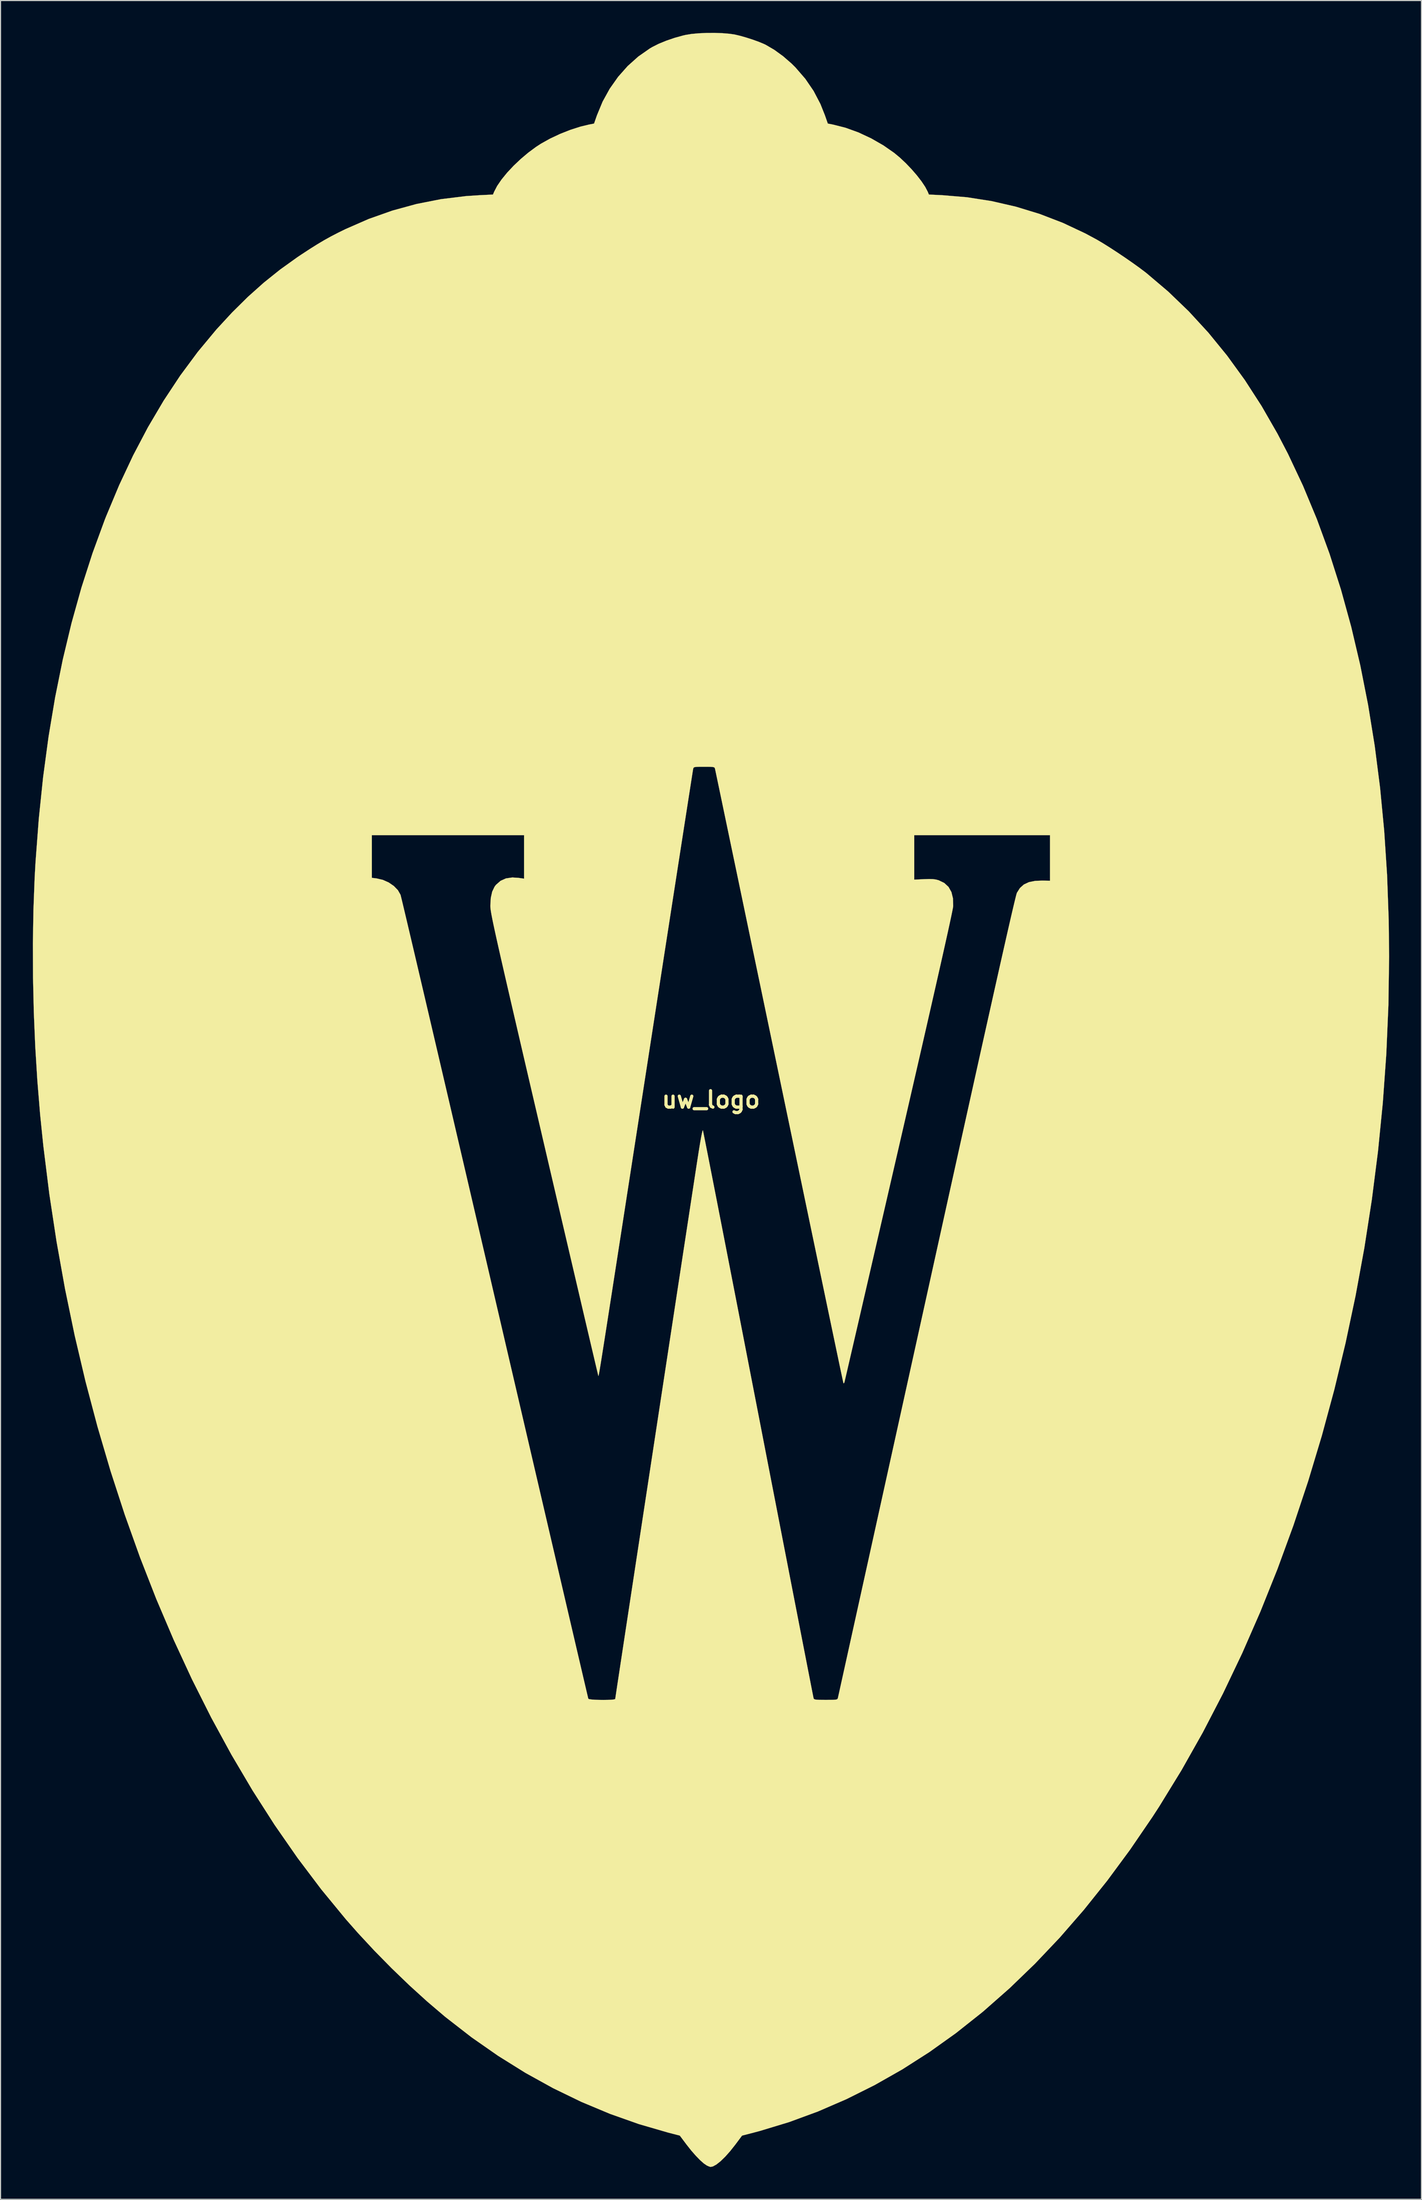
<source format=kicad_pcb>
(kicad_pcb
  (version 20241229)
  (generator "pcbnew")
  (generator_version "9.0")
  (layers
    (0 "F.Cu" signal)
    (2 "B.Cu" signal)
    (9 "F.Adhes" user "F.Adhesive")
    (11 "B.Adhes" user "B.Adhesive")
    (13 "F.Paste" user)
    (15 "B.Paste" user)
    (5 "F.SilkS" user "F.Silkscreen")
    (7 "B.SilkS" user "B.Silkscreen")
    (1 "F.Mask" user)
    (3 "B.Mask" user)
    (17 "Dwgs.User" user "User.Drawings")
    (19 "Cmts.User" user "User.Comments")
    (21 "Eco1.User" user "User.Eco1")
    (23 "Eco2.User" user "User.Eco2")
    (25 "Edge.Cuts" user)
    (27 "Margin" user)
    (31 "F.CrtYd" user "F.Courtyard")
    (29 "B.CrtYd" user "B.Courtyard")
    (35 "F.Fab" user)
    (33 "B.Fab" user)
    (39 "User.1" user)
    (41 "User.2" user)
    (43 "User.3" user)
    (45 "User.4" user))
  (footprint "uw_logo"
    (layer "F.Cu")
    (at 62.984 99.023)
    (property "Reference" "uw_logo" (at 0 0 0) (layer "F.SilkS") (effects (font (size 1.524 1.524) (thickness 0.3))))
    (attr through_hole)
    (fp_poly (pts (xy 1.074 -98.993) (xy 1.736 -98.938) (xy 2.222 -98.865) (xy 2.724 -98.746) (xy 3.297 -98.582) (xy 3.889 -98.391) (xy 4.446 -98.19) (xy 4.914 -97.996) (xy 5.083 -97.916) (xy 5.886 -97.446) (xy 6.703 -96.854) (xy 7.486 -96.174) (xy 7.844 -95.82) (xy 8.766 -94.756) (xy 9.536 -93.63) (xy 10.168 -92.423) (xy 10.586 -91.375) (xy 10.856 -90.602) (xy 11.333 -90.51) (xy 12.497 -90.216) (xy 13.691 -89.785) (xy 14.878 -89.232) (xy 16.021 -88.576) (xy 17.016 -87.884) (xy 17.553 -87.439) (xy 18.101 -86.924) (xy 18.634 -86.367) (xy 19.128 -85.796) (xy 19.559 -85.239) (xy 19.903 -84.724) (xy 20.135 -84.281) (xy 20.14 -84.269) (xy 20.245 -84.015) (xy 21.475 -83.956) (xy 23.782 -83.764) (xy 26.069 -83.407) (xy 28.325 -82.889) (xy 30.536 -82.214) (xy 32.691 -81.385) (xy 34.776 -80.405) (xy 35.842 -79.831) (xy 36.388 -79.509) (xy 37.029 -79.108) (xy 37.727 -78.654) (xy 38.444 -78.173) (xy 39.142 -77.689) (xy 39.784 -77.229) (xy 40.331 -76.818) (xy 40.467 -76.711) (xy 42.469 -75.014) (xy 44.382 -73.175) (xy 46.206 -71.192) (xy 47.941 -69.067) (xy 49.588 -66.798) (xy 51.147 -64.385) (xy 52.618 -61.827) (xy 53.595 -59.953) (xy 54.993 -56.985) (xy 56.28 -53.892) (xy 57.457 -50.675) (xy 58.522 -47.338) (xy 59.474 -43.884) (xy 60.314 -40.315) (xy 61.041 -36.635) (xy 61.654 -32.846) (xy 62.152 -28.952) (xy 62.535 -24.955) (xy 62.803 -20.858) (xy 62.954 -16.664) (xy 62.991 -13.293) (xy 62.926 -8.769) (xy 62.731 -4.241) (xy 62.407 0.284) (xy 61.958 4.797) (xy 61.385 9.291) (xy 60.691 13.757) (xy 59.878 18.188) (xy 58.948 22.574) (xy 57.903 26.908) (xy 56.745 31.182) (xy 55.478 35.388) (xy 54.103 39.518) (xy 52.622 43.563) (xy 51.037 47.515) (xy 49.351 51.366) (xy 47.566 55.109) (xy 45.685 58.734) (xy 43.709 62.235) (xy 41.641 65.602) (xy 40.999 66.59) (xy 38.928 69.62) (xy 36.808 72.491) (xy 34.633 75.207) (xy 32.401 77.772) (xy 30.108 80.189) (xy 27.752 82.462) (xy 25.329 84.595) (xy 25.146 84.747) (xy 22.752 86.644) (xy 20.293 88.398) (xy 17.776 90.006) (xy 15.207 91.463) (xy 12.593 92.767) (xy 9.941 93.914) (xy 7.257 94.9) (xy 4.549 95.721) (xy 3.978 95.873) (xy 2.89 96.154) (xy 2.262 96.993) (xy 1.785 97.596) (xy 1.325 98.112) (xy 0.896 98.528) (xy 0.511 98.833) (xy 0.185 99.013) (xy -0.027 99.059) (xy -0.167 99.023) (xy -0.369 98.934) (xy -0.381 98.928) (xy -0.661 98.738) (xy -1.01 98.429) (xy -1.403 98.024) (xy -1.82 97.549) (xy -2.235 97.025) (xy -2.26 96.993) (xy -2.89 96.154) (xy -3.978 95.873) (xy -6.689 95.086) (xy -9.377 94.135) (xy -12.035 93.023) (xy -14.656 91.753) (xy -17.233 90.329) (xy -19.759 88.754) (xy -22.228 87.034) (xy -24.631 85.17) (xy -24.765 85.06) (xy -26.371 83.692) (xy -28.011 82.203) (xy -29.65 80.626) (xy -31.256 78.994) (xy -32.794 77.34) (xy -33.911 76.073) (xy -36.193 73.299) (xy -38.398 70.378) (xy -40.526 67.317) (xy -42.573 64.122) (xy -44.537 60.799) (xy -46.415 57.354) (xy -48.206 53.794) (xy -49.907 50.124) (xy -51.516 46.351) (xy -53.029 42.481) (xy -54.446 38.519) (xy -55.764 34.473) (xy -56.979 30.348) (xy -58.091 26.151) (xy -59.097 21.887) (xy -59.993 17.563) (xy -60.779 13.184) (xy -61.452 8.758) (xy -62.008 4.289) (xy -62.308 1.355) (xy -62.563 -1.75) (xy -62.759 -4.924) (xy -62.894 -8.134) (xy -62.967 -11.343) (xy -62.979 -14.518) (xy -62.928 -17.623) (xy -62.814 -20.623) (xy -62.734 -22.056) (xy -62.545 -24.553) (xy -31.496 -24.553) (xy -31.496 -20.594) (xy -31.042 -20.537) (xy -30.47 -20.403) (xy -29.929 -20.161) (xy -29.453 -19.835) (xy -29.077 -19.448) (xy -28.834 -19.024) (xy -28.832 -19.019) (xy -28.805 -18.914) (xy -28.74 -18.65) (xy -28.639 -18.23) (xy -28.504 -17.662) (xy -28.335 -16.95) (xy -28.134 -16.099) (xy -27.902 -15.116) (xy -27.64 -14.004) (xy -27.35 -12.769) (xy -27.033 -11.417) (xy -26.689 -9.952) (xy -26.321 -8.381) (xy -25.929 -6.708) (xy -25.515 -4.938) (xy -25.08 -3.078) (xy -24.625 -1.132) (xy -24.151 0.895) (xy -23.661 2.998) (xy -23.153 5.17) (xy -22.631 7.407) (xy -22.096 9.704) (xy -21.548 12.054) (xy -20.988 14.454) (xy -20.419 16.897) (xy -20.066 18.415) (xy -19.491 20.88) (xy -18.927 23.304) (xy -18.373 25.681) (xy -17.831 28.006) (xy -17.303 30.274) (xy -16.789 32.48) (xy -16.291 34.618) (xy -15.809 36.684) (xy -15.346 38.671) (xy -14.902 40.575) (xy -14.478 42.391) (xy -14.077 44.113) (xy -13.698 45.736) (xy -13.344 47.255) (xy -13.015 48.665) (xy -12.712 49.96) (xy -12.438 51.135) (xy -12.192 52.185) (xy -11.977 53.105) (xy -11.794 53.889) (xy -11.643 54.533) (xy -11.526 55.031) (xy -11.444 55.377) (xy -11.399 55.568) (xy -11.39 55.605) (xy -11.297 55.644) (xy -11.074 55.676) (xy -10.758 55.698) (xy -10.384 55.712) (xy -9.987 55.716) (xy -9.605 55.711) (xy -9.272 55.697) (xy -9.025 55.672) (xy -8.899 55.637) (xy -8.89 55.624) (xy -8.877 55.535) (xy -8.84 55.288) (xy -8.78 54.887) (xy -8.698 54.343) (xy -8.594 53.661) (xy -8.471 52.85) (xy -8.329 51.917) (xy -8.17 50.87) (xy -7.995 49.716) (xy -7.804 48.463) (xy -7.599 47.119) (xy -7.382 45.691) (xy -7.152 44.186) (xy -6.913 42.613) (xy -6.663 40.979) (xy -6.406 39.292) (xy -6.142 37.558) (xy -5.871 35.786) (xy -5.596 33.984) (xy -5.318 32.159) (xy -5.037 30.318) (xy -4.755 28.469) (xy -4.472 26.62) (xy -4.191 24.778) (xy -3.912 22.951) (xy -3.636 21.146) (xy -3.365 19.372) (xy -3.1 17.635) (xy -2.841 15.944) (xy -2.591 14.305) (xy -2.349 12.727) (xy -2.118 11.217) (xy -1.899 9.783) (xy -1.692 8.431) (xy -1.499 7.171) (xy -1.321 6.009) (xy -1.251 5.557) (xy -1.127 4.76) (xy -1.017 4.09) (xy -0.923 3.556) (xy -0.847 3.165) (xy -0.789 2.924) (xy -0.753 2.841) (xy -0.746 2.847) (xy -0.725 2.942) (xy -0.673 3.197) (xy -0.591 3.605) (xy -0.481 4.161) (xy -0.343 4.857) (xy -0.179 5.688) (xy 0.009 6.648) (xy 0.221 7.729) (xy 0.456 8.927) (xy 0.711 10.233) (xy 0.987 11.643) (xy 1.281 13.149) (xy 1.592 14.746) (xy 1.92 16.427) (xy 2.263 18.186) (xy 2.619 20.016) (xy 2.988 21.911) (xy 3.367 23.865) (xy 3.757 25.872) (xy 4.156 27.925) (xy 4.406 29.21) (xy 4.809 31.288) (xy 5.204 33.324) (xy 5.59 35.311) (xy 5.966 37.243) (xy 6.329 39.113) (xy 6.679 40.917) (xy 7.016 42.646) (xy 7.336 44.295) (xy 7.64 45.857) (xy 7.926 47.326) (xy 8.193 48.697) (xy 8.439 49.961) (xy 8.664 51.114) (xy 8.866 52.149) (xy 9.043 53.06) (xy 9.196 53.839) (xy 9.321 54.482) (xy 9.419 54.981) (xy 9.488 55.33) (xy 9.527 55.524) (xy 9.535 55.562) (xy 9.57 55.624) (xy 9.652 55.666) (xy 9.808 55.692) (xy 10.065 55.705) (xy 10.452 55.71) (xy 10.665 55.711) (xy 11.11 55.709) (xy 11.415 55.703) (xy 11.608 55.685) (xy 11.716 55.653) (xy 11.769 55.6) (xy 11.795 55.523) (xy 11.795 55.52) (xy 11.816 55.426) (xy 11.873 55.171) (xy 11.964 54.761) (xy 12.087 54.202) (xy 12.243 53.499) (xy 12.429 52.657) (xy 12.645 51.681) (xy 12.889 50.576) (xy 13.16 49.348) (xy 13.458 48.002) (xy 13.78 46.544) (xy 14.126 44.978) (xy 14.495 43.31) (xy 14.885 41.545) (xy 15.295 39.688) (xy 15.724 37.745) (xy 16.171 35.721) (xy 16.635 33.621) (xy 17.115 31.451) (xy 17.609 29.215) (xy 18.116 26.919) (xy 18.635 24.568) (xy 19.166 22.168) (xy 19.706 19.724) (xy 20.023 18.288) (xy 20.728 15.096) (xy 21.398 12.066) (xy 22.032 9.196) (xy 22.633 6.484) (xy 23.199 3.925) (xy 23.733 1.518) (xy 24.234 -0.741) (xy 24.703 -2.854) (xy 25.141 -4.824) (xy 25.549 -6.655) (xy 25.927 -8.347) (xy 26.275 -9.906) (xy 26.595 -11.333) (xy 26.886 -12.631) (xy 27.151 -13.803) (xy 27.388 -14.851) (xy 27.599 -15.78) (xy 27.785 -16.59) (xy 27.946 -17.287) (xy 28.083 -17.871) (xy 28.196 -18.346) (xy 28.286 -18.714) (xy 28.353 -18.98) (xy 28.399 -19.144) (xy 28.42 -19.204) (xy 28.7 -19.647) (xy 29.066 -19.975) (xy 29.534 -20.193) (xy 30.119 -20.31) (xy 30.755 -20.335) (xy 31.496 -20.322) (xy 31.496 -24.553) (xy 18.881 -24.553) (xy 18.881 -20.425) (xy 19.798 -20.469) (xy 20.266 -20.483) (xy 20.615 -20.474) (xy 20.893 -20.437) (xy 21.15 -20.368) (xy 21.159 -20.365) (xy 21.675 -20.115) (xy 22.069 -19.749) (xy 22.339 -19.269) (xy 22.483 -18.678) (xy 22.501 -17.977) (xy 22.5 -17.957) (xy 22.475 -17.794) (xy 22.412 -17.467) (xy 22.31 -16.975) (xy 22.169 -16.318) (xy 21.989 -15.497) (xy 21.77 -14.511) (xy 21.513 -13.361) (xy 21.216 -12.046) (xy 20.881 -10.567) (xy 20.507 -8.923) (xy 20.095 -7.116) (xy 19.644 -5.144) (xy 19.154 -3.008) (xy 18.625 -0.708) (xy 18.058 1.756) (xy 17.452 4.384) (xy 17.448 4.403) (xy 17.013 6.286) (xy 16.588 8.126) (xy 16.175 9.917) (xy 15.774 11.651) (xy 15.388 13.322) (xy 15.019 14.923) (xy 14.666 16.447) (xy 14.333 17.887) (xy 14.021 19.237) (xy 13.732 20.489) (xy 13.466 21.637) (xy 13.226 22.673) (xy 13.013 23.591) (xy 12.829 24.385) (xy 12.676 25.046) (xy 12.554 25.569) (xy 12.466 25.947) (xy 12.413 26.171) (xy 12.397 26.238) (xy 12.345 26.324) (xy 12.325 26.322) (xy 12.323 26.322) (xy 12.321 26.326) (xy 12.319 26.328) (xy 12.316 26.324) (xy 12.311 26.308) (xy 12.303 26.276) (xy 12.29 26.223) (xy 12.272 26.143) (xy 12.247 26.033) (xy 12.215 25.886) (xy 12.175 25.698) (xy 12.125 25.464) (xy 12.064 25.179) (xy 11.992 24.838) (xy 11.907 24.436) (xy 11.809 23.968) (xy 11.696 23.429) (xy 11.567 22.814) (xy 11.421 22.119) (xy 11.257 21.337) (xy 11.075 20.466) (xy 10.872 19.498) (xy 10.649 18.43) (xy 10.404 17.256) (xy 10.135 15.972) (xy 9.843 14.572) (xy 9.525 13.051) (xy 9.181 11.406) (xy 8.81 9.63) (xy 8.411 7.718) (xy 7.982 5.666) (xy 7.524 3.469) (xy 7.033 1.122) (xy 6.511 -1.381) (xy 5.955 -4.043) (xy 5.88 -4.403) (xy 5.447 -6.475) (xy 5.023 -8.505) (xy 4.609 -10.487) (xy 4.206 -12.414) (xy 3.816 -14.281) (xy 3.44 -16.08) (xy 3.08 -17.805) (xy 2.736 -19.451) (xy 2.41 -21.011) (xy 2.103 -22.478) (xy 1.817 -23.846) (xy 1.553 -25.109) (xy 1.312 -26.261) (xy 1.096 -27.295) (xy 0.906 -28.205) (xy 0.743 -28.984) (xy 0.608 -29.627) (xy 0.503 -30.127) (xy 0.43 -30.478) (xy 0.388 -30.673) (xy 0.38 -30.713) (xy 0.353 -30.795) (xy 0.297 -30.849) (xy 0.182 -30.881) (xy -0.022 -30.897) (xy -0.345 -30.903) (xy -0.635 -30.903) (xy -1.053 -30.902) (xy -1.331 -30.893) (xy -1.501 -30.872) (xy -1.592 -30.833) (xy -1.634 -30.77) (xy -1.65 -30.713) (xy -1.666 -30.615) (xy -1.708 -30.357) (xy -1.773 -29.943) (xy -1.861 -29.381) (xy -1.971 -28.676) (xy -2.103 -27.835) (xy -2.254 -26.863) (xy -2.425 -25.768) (xy -2.614 -24.555) (xy -2.82 -23.23) (xy -3.043 -21.8) (xy -3.28 -20.271) (xy -3.533 -18.648) (xy -3.798 -16.939) (xy -4.076 -15.15) (xy -4.366 -13.286) (xy -4.665 -11.353) (xy -4.975 -9.359) (xy -5.293 -7.309) (xy -5.619 -5.209) (xy -5.951 -3.066) (xy -6.013 -2.667) (xy -6.414 -0.082) (xy -6.789 2.341) (xy -7.141 4.607) (xy -7.468 6.722) (xy -7.774 8.69) (xy -8.057 10.517) (xy -8.319 12.208) (xy -8.562 13.768) (xy -8.784 15.203) (xy -8.989 16.518) (xy -9.175 17.718) (xy -9.345 18.808) (xy -9.499 19.794) (xy -9.637 20.68) (xy -9.761 21.473) (xy -9.871 22.176) (xy -9.969 22.796) (xy -10.055 23.338) (xy -10.129 23.807) (xy -10.193 24.208) (xy -10.248 24.546) (xy -10.294 24.827) (xy -10.332 25.056) (xy -10.363 25.239) (xy -10.388 25.379) (xy -10.408 25.483) (xy -10.423 25.556) (xy -10.434 25.603) (xy -10.443 25.63) (xy -10.449 25.64) (xy -10.454 25.641) (xy -10.457 25.639) (xy -10.478 25.555) (xy -10.536 25.313) (xy -10.629 24.92) (xy -10.756 24.383) (xy -10.915 23.708) (xy -11.105 22.903) (xy -11.323 21.974) (xy -11.569 20.928) (xy -11.84 19.772) (xy -12.135 18.512) (xy -12.452 17.157) (xy -12.79 15.712) (xy -13.148 14.184) (xy -13.523 12.581) (xy -13.914 10.908) (xy -14.319 9.174) (xy -14.737 7.384) (xy -15.166 5.547) (xy -15.486 4.176) (xy -16.007 1.944) (xy -16.491 -0.129) (xy -16.939 -2.05) (xy -17.352 -3.823) (xy -17.732 -5.457) (xy -18.08 -6.955) (xy -18.398 -8.325) (xy -18.687 -9.573) (xy -18.949 -10.705) (xy -19.184 -11.726) (xy -19.394 -12.644) (xy -19.581 -13.463) (xy -19.745 -14.19) (xy -19.889 -14.831) (xy -20.013 -15.392) (xy -20.119 -15.88) (xy -20.209 -16.3) (xy -20.283 -16.658) (xy -20.343 -16.961) (xy -20.391 -17.214) (xy -20.427 -17.424) (xy -20.454 -17.596) (xy -20.472 -17.737) (xy -20.483 -17.853) (xy -20.488 -17.95) (xy -20.489 -18.012) (xy -20.447 -18.73) (xy -20.317 -19.313) (xy -20.097 -19.772) (xy -19.965 -19.945) (xy -19.54 -20.315) (xy -19.038 -20.541) (xy -18.449 -20.626) (xy -17.886 -20.591) (xy -17.357 -20.517) (xy -17.357 -24.553) (xy -31.496 -24.553) (xy -62.545 -24.553) (xy -62.431 -26.068) (xy -62.028 -29.948) (xy -61.523 -33.701) (xy -60.915 -37.332) (xy -60.204 -40.846) (xy -59.388 -44.248) (xy -58.467 -47.542) (xy -57.438 -50.735) (xy -56.303 -53.83) (xy -56.179 -54.144) (xy -54.963 -57.047) (xy -53.668 -59.803) (xy -52.293 -62.414) (xy -50.834 -64.884) (xy -49.29 -67.217) (xy -47.659 -69.416) (xy -45.939 -71.485) (xy -44.473 -73.072) (xy -43.007 -74.52) (xy -41.535 -75.834) (xy -40.018 -77.049) (xy -38.415 -78.198) (xy -38.058 -78.437) (xy -37.269 -78.954) (xy -36.574 -79.391) (xy -35.932 -79.773) (xy -35.3 -80.124) (xy -34.639 -80.466) (xy -33.937 -80.81) (xy -31.785 -81.75) (xy -29.589 -82.526) (xy -27.349 -83.139) (xy -25.069 -83.588) (xy -22.75 -83.872) (xy -21.475 -83.956) (xy -20.245 -84.015) (xy -20.14 -84.269) (xy -19.858 -84.813) (xy -19.448 -85.412) (xy -18.932 -86.043) (xy -18.333 -86.683) (xy -17.672 -87.309) (xy -16.973 -87.899) (xy -16.257 -88.43) (xy -15.79 -88.734) (xy -14.943 -89.206) (xy -14.012 -89.643) (xy -13.051 -90.022) (xy -12.112 -90.323) (xy -11.333 -90.51) (xy -10.856 -90.602) (xy -10.586 -91.375) (xy -10.061 -92.642) (xy -9.402 -93.836) (xy -8.622 -94.941) (xy -7.734 -95.942) (xy -6.75 -96.823) (xy -5.684 -97.568) (xy -5.454 -97.704) (xy -4.857 -98.005) (xy -4.144 -98.297) (xy -3.369 -98.561) (xy -2.586 -98.778) (xy -2.371 -98.828) (xy -1.823 -98.919) (xy -1.157 -98.981) (xy -0.42 -99.014) (xy 0.34 -99.018) (xy 1.074 -98.993)) (stroke (width 0.01) (type solid)) (fill yes) (layer "F.SilkS")))
  (gr_rect
    (start -3 -3)
    (end 128.98 201.088)
    (stroke (width 0.1) (type default))
    (fill no)
    (layer "Edge.Cuts")))
</source>
